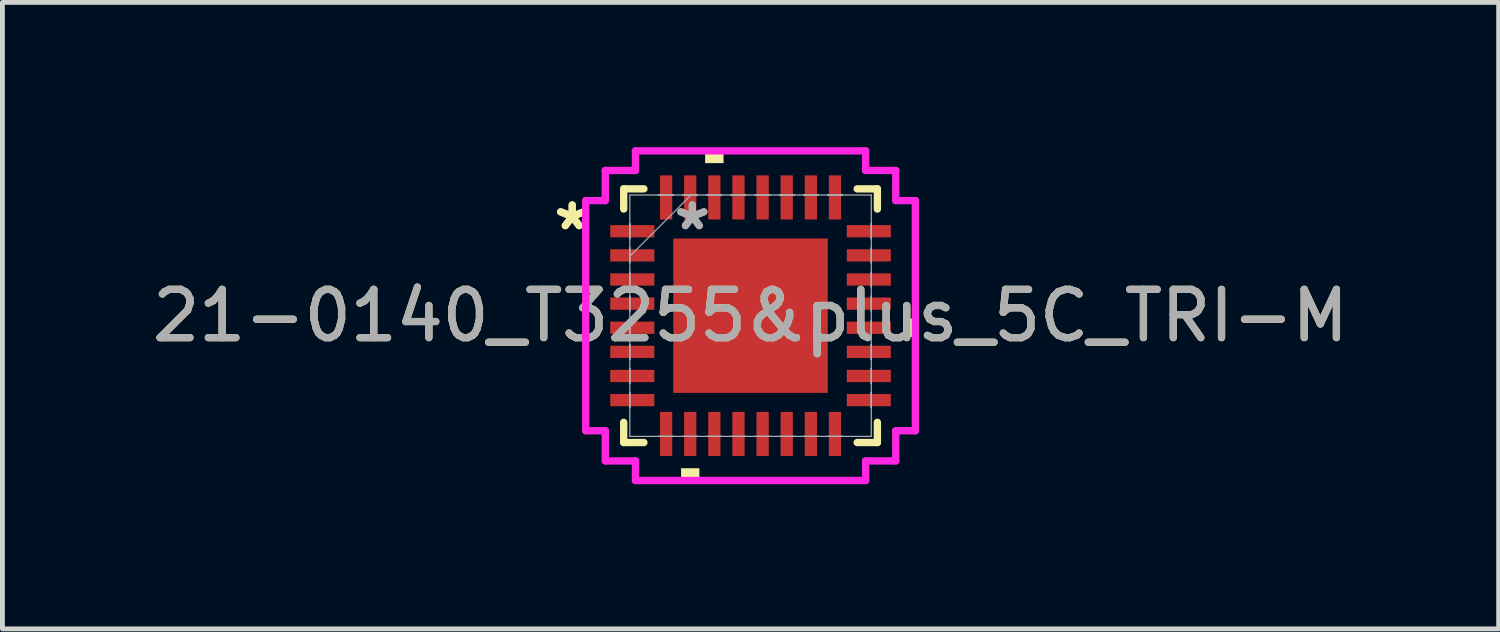
<source format=kicad_pcb>
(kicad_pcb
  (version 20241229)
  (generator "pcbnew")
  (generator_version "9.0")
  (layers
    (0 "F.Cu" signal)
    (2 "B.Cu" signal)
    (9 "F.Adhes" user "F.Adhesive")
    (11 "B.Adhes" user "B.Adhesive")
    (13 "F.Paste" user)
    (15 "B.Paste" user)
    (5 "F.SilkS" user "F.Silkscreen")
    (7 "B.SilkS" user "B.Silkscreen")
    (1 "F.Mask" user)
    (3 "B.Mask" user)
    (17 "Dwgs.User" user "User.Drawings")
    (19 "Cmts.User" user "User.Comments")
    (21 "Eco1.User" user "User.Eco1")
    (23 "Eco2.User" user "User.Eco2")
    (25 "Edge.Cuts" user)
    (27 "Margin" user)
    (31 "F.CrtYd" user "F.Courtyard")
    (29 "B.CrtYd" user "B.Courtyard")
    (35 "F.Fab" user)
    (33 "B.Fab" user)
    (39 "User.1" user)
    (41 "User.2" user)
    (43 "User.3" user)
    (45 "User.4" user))
  (footprint "21-0140_T3255&plus_5C_TRI-M"
    (layer "F.Cu")
    (at 12.506 3.493)
    (property "Reference" "21-0140_T3255&plus_5C_TRI-M" (at 0 0 0) (unlocked yes) (layer "F.SilkS") (effects (font (size 1 1) (thickness 0.15))))
    (attr smd)
    (fp_line (start -2.629 -2.629) (end -2.629 -2.21) (stroke (width 0.152) (type solid)) (layer "F.SilkS"))
    (fp_line (start -2.629 2.21) (end -2.629 2.629) (stroke (width 0.152) (type solid)) (layer "F.SilkS"))
    (fp_line (start -2.629 2.629) (end -2.21 2.629) (stroke (width 0.152) (type solid)) (layer "F.SilkS"))
    (fp_line (start -2.21 -2.629) (end -2.629 -2.629) (stroke (width 0.152) (type solid)) (layer "F.SilkS"))
    (fp_line (start 2.21 2.629) (end 2.629 2.629) (stroke (width 0.152) (type solid)) (layer "F.SilkS"))
    (fp_line (start 2.629 -2.629) (end 2.21 -2.629) (stroke (width 0.152) (type solid)) (layer "F.SilkS"))
    (fp_line (start 2.629 -2.21) (end 2.629 -2.629) (stroke (width 0.152) (type solid)) (layer "F.SilkS"))
    (fp_line (start 2.629 2.629) (end 2.629 2.21) (stroke (width 0.152) (type solid)) (layer "F.SilkS"))
    (fp_poly (pts (xy -1.44 3.162) (xy -1.44 3.416) (xy -1.06 3.416) (xy -1.06 3.162)) (stroke (width 0) (type solid)) (fill yes) (layer "F.SilkS"))
    (fp_poly (pts (xy -0.941 -3.162) (xy -0.941 -3.416) (xy -0.56 -3.416) (xy -0.56 -3.162)) (stroke (width 0) (type solid)) (fill yes) (layer "F.SilkS"))
    (fp_poly (pts (xy 3.416 0.059) (xy 3.416 0.441) (xy 3.162 0.441) (xy 3.162 0.059)) (stroke (width 0) (type solid)) (fill yes) (layer "F.SilkS"))
    (fp_line (start -3.416 -2.385) (end -3.01 -2.385) (stroke (width 0.152) (type solid)) (layer "F.CrtYd"))
    (fp_line (start -3.416 2.385) (end -3.416 -2.385) (stroke (width 0.152) (type solid)) (layer "F.CrtYd"))
    (fp_line (start -3.01 -3.01) (end -2.385 -3.01) (stroke (width 0.152) (type solid)) (layer "F.CrtYd"))
    (fp_line (start -3.01 -2.385) (end -3.01 -3.01) (stroke (width 0.152) (type solid)) (layer "F.CrtYd"))
    (fp_line (start -3.01 2.385) (end -3.416 2.385) (stroke (width 0.152) (type solid)) (layer "F.CrtYd"))
    (fp_line (start -3.01 3.01) (end -3.01 2.385) (stroke (width 0.152) (type solid)) (layer "F.CrtYd"))
    (fp_line (start -2.385 -3.416) (end 2.385 -3.416) (stroke (width 0.152) (type solid)) (layer "F.CrtYd"))
    (fp_line (start -2.385 -3.01) (end -2.385 -3.416) (stroke (width 0.152) (type solid)) (layer "F.CrtYd"))
    (fp_line (start -2.385 3.01) (end -3.01 3.01) (stroke (width 0.152) (type solid)) (layer "F.CrtYd"))
    (fp_line (start -2.385 3.416) (end -2.385 3.01) (stroke (width 0.152) (type solid)) (layer "F.CrtYd"))
    (fp_line (start 2.385 -3.416) (end 2.385 -3.01) (stroke (width 0.152) (type solid)) (layer "F.CrtYd"))
    (fp_line (start 2.385 -3.01) (end 3.01 -3.01) (stroke (width 0.152) (type solid)) (layer "F.CrtYd"))
    (fp_line (start 2.385 3.01) (end 2.385 3.416) (stroke (width 0.152) (type solid)) (layer "F.CrtYd"))
    (fp_line (start 2.385 3.416) (end -2.385 3.416) (stroke (width 0.152) (type solid)) (layer "F.CrtYd"))
    (fp_line (start 3.01 -3.01) (end 3.01 -2.385) (stroke (width 0.152) (type solid)) (layer "F.CrtYd"))
    (fp_line (start 3.01 -2.385) (end 3.416 -2.385) (stroke (width 0.152) (type solid)) (layer "F.CrtYd"))
    (fp_line (start 3.01 2.385) (end 3.01 3.01) (stroke (width 0.152) (type solid)) (layer "F.CrtYd"))
    (fp_line (start 3.01 3.01) (end 2.385 3.01) (stroke (width 0.152) (type solid)) (layer "F.CrtYd"))
    (fp_line (start 3.416 -2.385) (end 3.416 2.385) (stroke (width 0.152) (type solid)) (layer "F.CrtYd"))
    (fp_line (start 3.416 2.385) (end 3.01 2.385) (stroke (width 0.152) (type solid)) (layer "F.CrtYd"))
    (fp_line (start -2.502 -2.502) (end -2.502 2.502) (stroke (width 0.025) (type solid)) (layer "F.Fab"))
    (fp_line (start -2.502 -1.902) (end -2.502 -1.902) (stroke (width 0.025) (type solid)) (layer "F.Fab"))
    (fp_line (start -2.502 -1.902) (end -2.502 -1.598) (stroke (width 0.025) (type solid)) (layer "F.Fab"))
    (fp_line (start -2.502 -1.598) (end -2.502 -1.902) (stroke (width 0.025) (type solid)) (layer "F.Fab"))
    (fp_line (start -2.502 -1.598) (end -2.502 -1.598) (stroke (width 0.025) (type solid)) (layer "F.Fab"))
    (fp_line (start -2.502 -1.402) (end -2.502 -1.402) (stroke (width 0.025) (type solid)) (layer "F.Fab"))
    (fp_line (start -2.502 -1.402) (end -2.502 -1.098) (stroke (width 0.025) (type solid)) (layer "F.Fab"))
    (fp_line (start -2.502 -1.232) (end -1.232 -2.502) (stroke (width 0.025) (type solid)) (layer "F.Fab"))
    (fp_line (start -2.502 -1.098) (end -2.502 -1.402) (stroke (width 0.025) (type solid)) (layer "F.Fab"))
    (fp_line (start -2.502 -1.098) (end -2.502 -1.098) (stroke (width 0.025) (type solid)) (layer "F.Fab"))
    (fp_line (start -2.502 -0.902) (end -2.502 -0.902) (stroke (width 0.025) (type solid)) (layer "F.Fab"))
    (fp_line (start -2.502 -0.902) (end -2.502 -0.598) (stroke (width 0.025) (type solid)) (layer "F.Fab"))
    (fp_line (start -2.502 -0.598) (end -2.502 -0.902) (stroke (width 0.025) (type solid)) (layer "F.Fab"))
    (fp_line (start -2.502 -0.598) (end -2.502 -0.598) (stroke (width 0.025) (type solid)) (layer "F.Fab"))
    (fp_line (start -2.502 -0.402) (end -2.502 -0.402) (stroke (width 0.025) (type solid)) (layer "F.Fab"))
    (fp_line (start -2.502 -0.402) (end -2.502 -0.098) (stroke (width 0.025) (type solid)) (layer "F.Fab"))
    (fp_line (start -2.502 -0.098) (end -2.502 -0.402) (stroke (width 0.025) (type solid)) (layer "F.Fab"))
    (fp_line (start -2.502 -0.098) (end -2.502 -0.098) (stroke (width 0.025) (type solid)) (layer "F.Fab"))
    (fp_line (start -2.502 0.098) (end -2.502 0.098) (stroke (width 0.025) (type solid)) (layer "F.Fab"))
    (fp_line (start -2.502 0.098) (end -2.502 0.402) (stroke (width 0.025) (type solid)) (layer "F.Fab"))
    (fp_line (start -2.502 0.402) (end -2.502 0.098) (stroke (width 0.025) (type solid)) (layer "F.Fab"))
    (fp_line (start -2.502 0.402) (end -2.502 0.402) (stroke (width 0.025) (type solid)) (layer "F.Fab"))
    (fp_line (start -2.502 0.598) (end -2.502 0.598) (stroke (width 0.025) (type solid)) (layer "F.Fab"))
    (fp_line (start -2.502 0.598) (end -2.502 0.902) (stroke (width 0.025) (type solid)) (layer "F.Fab"))
    (fp_line (start -2.502 0.902) (end -2.502 0.598) (stroke (width 0.025) (type solid)) (layer "F.Fab"))
    (fp_line (start -2.502 0.902) (end -2.502 0.902) (stroke (width 0.025) (type solid)) (layer "F.Fab"))
    (fp_line (start -2.502 1.098) (end -2.502 1.098) (stroke (width 0.025) (type solid)) (layer "F.Fab"))
    (fp_line (start -2.502 1.098) (end -2.502 1.402) (stroke (width 0.025) (type solid)) (layer "F.Fab"))
    (fp_line (start -2.502 1.402) (end -2.502 1.098) (stroke (width 0.025) (type solid)) (layer "F.Fab"))
    (fp_line (start -2.502 1.402) (end -2.502 1.402) (stroke (width 0.025) (type solid)) (layer "F.Fab"))
    (fp_line (start -2.502 1.598) (end -2.502 1.598) (stroke (width 0.025) (type solid)) (layer "F.Fab"))
    (fp_line (start -2.502 1.598) (end -2.502 1.902) (stroke (width 0.025) (type solid)) (layer "F.Fab"))
    (fp_line (start -2.502 1.902) (end -2.502 1.598) (stroke (width 0.025) (type solid)) (layer "F.Fab"))
    (fp_line (start -2.502 1.902) (end -2.502 1.902) (stroke (width 0.025) (type solid)) (layer "F.Fab"))
    (fp_line (start -2.502 2.502) (end 2.502 2.502) (stroke (width 0.025) (type solid)) (layer "F.Fab"))
    (fp_line (start -1.902 -2.502) (end -1.902 -2.502) (stroke (width 0.025) (type solid)) (layer "F.Fab"))
    (fp_line (start -1.902 -2.502) (end -1.598 -2.502) (stroke (width 0.025) (type solid)) (layer "F.Fab"))
    (fp_line (start -1.902 2.502) (end -1.902 2.502) (stroke (width 0.025) (type solid)) (layer "F.Fab"))
    (fp_line (start -1.902 2.502) (end -1.598 2.502) (stroke (width 0.025) (type solid)) (layer "F.Fab"))
    (fp_line (start -1.598 -2.502) (end -1.902 -2.502) (stroke (width 0.025) (type solid)) (layer "F.Fab"))
    (fp_line (start -1.598 -2.502) (end -1.598 -2.502) (stroke (width 0.025) (type solid)) (layer "F.Fab"))
    (fp_line (start -1.598 2.502) (end -1.902 2.502) (stroke (width 0.025) (type solid)) (layer "F.Fab"))
    (fp_line (start -1.598 2.502) (end -1.598 2.502) (stroke (width 0.025) (type solid)) (layer "F.Fab"))
    (fp_line (start -1.402 -2.502) (end -1.402 -2.502) (stroke (width 0.025) (type solid)) (layer "F.Fab"))
    (fp_line (start -1.402 -2.502) (end -1.098 -2.502) (stroke (width 0.025) (type solid)) (layer "F.Fab"))
    (fp_line (start -1.402 2.502) (end -1.402 2.502) (stroke (width 0.025) (type solid)) (layer "F.Fab"))
    (fp_line (start -1.402 2.502) (end -1.098 2.502) (stroke (width 0.025) (type solid)) (layer "F.Fab"))
    (fp_line (start -1.098 -2.502) (end -1.402 -2.502) (stroke (width 0.025) (type solid)) (layer "F.Fab"))
    (fp_line (start -1.098 -2.502) (end -1.098 -2.502) (stroke (width 0.025) (type solid)) (layer "F.Fab"))
    (fp_line (start -1.098 2.502) (end -1.402 2.502) (stroke (width 0.025) (type solid)) (layer "F.Fab"))
    (fp_line (start -1.098 2.502) (end -1.098 2.502) (stroke (width 0.025) (type solid)) (layer "F.Fab"))
    (fp_line (start -0.902 -2.502) (end -0.902 -2.502) (stroke (width 0.025) (type solid)) (layer "F.Fab"))
    (fp_line (start -0.902 -2.502) (end -0.598 -2.502) (stroke (width 0.025) (type solid)) (layer "F.Fab"))
    (fp_line (start -0.902 2.502) (end -0.902 2.502) (stroke (width 0.025) (type solid)) (layer "F.Fab"))
    (fp_line (start -0.902 2.502) (end -0.598 2.502) (stroke (width 0.025) (type solid)) (layer "F.Fab"))
    (fp_line (start -0.598 -2.502) (end -0.902 -2.502) (stroke (width 0.025) (type solid)) (layer "F.Fab"))
    (fp_line (start -0.598 -2.502) (end -0.598 -2.502) (stroke (width 0.025) (type solid)) (layer "F.Fab"))
    (fp_line (start -0.598 2.502) (end -0.902 2.502) (stroke (width 0.025) (type solid)) (layer "F.Fab"))
    (fp_line (start -0.598 2.502) (end -0.598 2.502) (stroke (width 0.025) (type solid)) (layer "F.Fab"))
    (fp_line (start -0.402 -2.502) (end -0.402 -2.502) (stroke (width 0.025) (type solid)) (layer "F.Fab"))
    (fp_line (start -0.402 -2.502) (end -0.098 -2.502) (stroke (width 0.025) (type solid)) (layer "F.Fab"))
    (fp_line (start -0.402 2.502) (end -0.402 2.502) (stroke (width 0.025) (type solid)) (layer "F.Fab"))
    (fp_line (start -0.402 2.502) (end -0.098 2.502) (stroke (width 0.025) (type solid)) (layer "F.Fab"))
    (fp_line (start -0.098 -2.502) (end -0.402 -2.502) (stroke (width 0.025) (type solid)) (layer "F.Fab"))
    (fp_line (start -0.098 -2.502) (end -0.098 -2.502) (stroke (width 0.025) (type solid)) (layer "F.Fab"))
    (fp_line (start -0.098 2.502) (end -0.402 2.502) (stroke (width 0.025) (type solid)) (layer "F.Fab"))
    (fp_line (start -0.098 2.502) (end -0.098 2.502) (stroke (width 0.025) (type solid)) (layer "F.Fab"))
    (fp_line (start 0.098 -2.502) (end 0.098 -2.502) (stroke (width 0.025) (type solid)) (layer "F.Fab"))
    (fp_line (start 0.098 -2.502) (end 0.402 -2.502) (stroke (width 0.025) (type solid)) (layer "F.Fab"))
    (fp_line (start 0.098 2.502) (end 0.098 2.502) (stroke (width 0.025) (type solid)) (layer "F.Fab"))
    (fp_line (start 0.098 2.502) (end 0.402 2.502) (stroke (width 0.025) (type solid)) (layer "F.Fab"))
    (fp_line (start 0.402 -2.502) (end 0.098 -2.502) (stroke (width 0.025) (type solid)) (layer "F.Fab"))
    (fp_line (start 0.402 -2.502) (end 0.402 -2.502) (stroke (width 0.025) (type solid)) (layer "F.Fab"))
    (fp_line (start 0.402 2.502) (end 0.098 2.502) (stroke (width 0.025) (type solid)) (layer "F.Fab"))
    (fp_line (start 0.402 2.502) (end 0.402 2.502) (stroke (width 0.025) (type solid)) (layer "F.Fab"))
    (fp_line (start 0.598 -2.502) (end 0.598 -2.502) (stroke (width 0.025) (type solid)) (layer "F.Fab"))
    (fp_line (start 0.598 -2.502) (end 0.902 -2.502) (stroke (width 0.025) (type solid)) (layer "F.Fab"))
    (fp_line (start 0.598 2.502) (end 0.598 2.502) (stroke (width 0.025) (type solid)) (layer "F.Fab"))
    (fp_line (start 0.598 2.502) (end 0.902 2.502) (stroke (width 0.025) (type solid)) (layer "F.Fab"))
    (fp_line (start 0.902 -2.502) (end 0.598 -2.502) (stroke (width 0.025) (type solid)) (layer "F.Fab"))
    (fp_line (start 0.902 -2.502) (end 0.902 -2.502) (stroke (width 0.025) (type solid)) (layer "F.Fab"))
    (fp_line (start 0.902 2.502) (end 0.598 2.502) (stroke (width 0.025) (type solid)) (layer "F.Fab"))
    (fp_line (start 0.902 2.502) (end 0.902 2.502) (stroke (width 0.025) (type solid)) (layer "F.Fab"))
    (fp_line (start 1.098 -2.502) (end 1.098 -2.502) (stroke (width 0.025) (type solid)) (layer "F.Fab"))
    (fp_line (start 1.098 -2.502) (end 1.402 -2.502) (stroke (width 0.025) (type solid)) (layer "F.Fab"))
    (fp_line (start 1.098 2.502) (end 1.098 2.502) (stroke (width 0.025) (type solid)) (layer "F.Fab"))
    (fp_line (start 1.098 2.502) (end 1.402 2.502) (stroke (width 0.025) (type solid)) (layer "F.Fab"))
    (fp_line (start 1.402 -2.502) (end 1.098 -2.502) (stroke (width 0.025) (type solid)) (layer "F.Fab"))
    (fp_line (start 1.402 -2.502) (end 1.402 -2.502) (stroke (width 0.025) (type solid)) (layer "F.Fab"))
    (fp_line (start 1.402 2.502) (end 1.098 2.502) (stroke (width 0.025) (type solid)) (layer "F.Fab"))
    (fp_line (start 1.402 2.502) (end 1.402 2.502) (stroke (width 0.025) (type solid)) (layer "F.Fab"))
    (fp_line (start 1.598 -2.502) (end 1.598 -2.502) (stroke (width 0.025) (type solid)) (layer "F.Fab"))
    (fp_line (start 1.598 -2.502) (end 1.902 -2.502) (stroke (width 0.025) (type solid)) (layer "F.Fab"))
    (fp_line (start 1.598 2.502) (end 1.598 2.502) (stroke (width 0.025) (type solid)) (layer "F.Fab"))
    (fp_line (start 1.598 2.502) (end 1.902 2.502) (stroke (width 0.025) (type solid)) (layer "F.Fab"))
    (fp_line (start 1.902 -2.502) (end 1.598 -2.502) (stroke (width 0.025) (type solid)) (layer "F.Fab"))
    (fp_line (start 1.902 -2.502) (end 1.902 -2.502) (stroke (width 0.025) (type solid)) (layer "F.Fab"))
    (fp_line (start 1.902 2.502) (end 1.598 2.502) (stroke (width 0.025) (type solid)) (layer "F.Fab"))
    (fp_line (start 1.902 2.502) (end 1.902 2.502) (stroke (width 0.025) (type solid)) (layer "F.Fab"))
    (fp_line (start 2.502 -2.502) (end -2.502 -2.502) (stroke (width 0.025) (type solid)) (layer "F.Fab"))
    (fp_line (start 2.502 -1.902) (end 2.502 -1.902) (stroke (width 0.025) (type solid)) (layer "F.Fab"))
    (fp_line (start 2.502 -1.902) (end 2.502 -1.598) (stroke (width 0.025) (type solid)) (layer "F.Fab"))
    (fp_line (start 2.502 -1.598) (end 2.502 -1.902) (stroke (width 0.025) (type solid)) (layer "F.Fab"))
    (fp_line (start 2.502 -1.598) (end 2.502 -1.598) (stroke (width 0.025) (type solid)) (layer "F.Fab"))
    (fp_line (start 2.502 -1.402) (end 2.502 -1.402) (stroke (width 0.025) (type solid)) (layer "F.Fab"))
    (fp_line (start 2.502 -1.402) (end 2.502 -1.098) (stroke (width 0.025) (type solid)) (layer "F.Fab"))
    (fp_line (start 2.502 -1.098) (end 2.502 -1.402) (stroke (width 0.025) (type solid)) (layer "F.Fab"))
    (fp_line (start 2.502 -1.098) (end 2.502 -1.098) (stroke (width 0.025) (type solid)) (layer "F.Fab"))
    (fp_line (start 2.502 -0.902) (end 2.502 -0.902) (stroke (width 0.025) (type solid)) (layer "F.Fab"))
    (fp_line (start 2.502 -0.902) (end 2.502 -0.598) (stroke (width 0.025) (type solid)) (layer "F.Fab"))
    (fp_line (start 2.502 -0.598) (end 2.502 -0.902) (stroke (width 0.025) (type solid)) (layer "F.Fab"))
    (fp_line (start 2.502 -0.598) (end 2.502 -0.598) (stroke (width 0.025) (type solid)) (layer "F.Fab"))
    (fp_line (start 2.502 -0.402) (end 2.502 -0.402) (stroke (width 0.025) (type solid)) (layer "F.Fab"))
    (fp_line (start 2.502 -0.402) (end 2.502 -0.098) (stroke (width 0.025) (type solid)) (layer "F.Fab"))
    (fp_line (start 2.502 -0.098) (end 2.502 -0.402) (stroke (width 0.025) (type solid)) (layer "F.Fab"))
    (fp_line (start 2.502 -0.098) (end 2.502 -0.098) (stroke (width 0.025) (type solid)) (layer "F.Fab"))
    (fp_line (start 2.502 0.098) (end 2.502 0.098) (stroke (width 0.025) (type solid)) (layer "F.Fab"))
    (fp_line (start 2.502 0.098) (end 2.502 0.402) (stroke (width 0.025) (type solid)) (layer "F.Fab"))
    (fp_line (start 2.502 0.402) (end 2.502 0.098) (stroke (width 0.025) (type solid)) (layer "F.Fab"))
    (fp_line (start 2.502 0.402) (end 2.502 0.402) (stroke (width 0.025) (type solid)) (layer "F.Fab"))
    (fp_line (start 2.502 0.598) (end 2.502 0.598) (stroke (width 0.025) (type solid)) (layer "F.Fab"))
    (fp_line (start 2.502 0.598) (end 2.502 0.902) (stroke (width 0.025) (type solid)) (layer "F.Fab"))
    (fp_line (start 2.502 0.902) (end 2.502 0.598) (stroke (width 0.025) (type solid)) (layer "F.Fab"))
    (fp_line (start 2.502 0.902) (end 2.502 0.902) (stroke (width 0.025) (type solid)) (layer "F.Fab"))
    (fp_line (start 2.502 1.098) (end 2.502 1.098) (stroke (width 0.025) (type solid)) (layer "F.Fab"))
    (fp_line (start 2.502 1.098) (end 2.502 1.402) (stroke (width 0.025) (type solid)) (layer "F.Fab"))
    (fp_line (start 2.502 1.402) (end 2.502 1.098) (stroke (width 0.025) (type solid)) (layer "F.Fab"))
    (fp_line (start 2.502 1.402) (end 2.502 1.402) (stroke (width 0.025) (type solid)) (layer "F.Fab"))
    (fp_line (start 2.502 1.598) (end 2.502 1.598) (stroke (width 0.025) (type solid)) (layer "F.Fab"))
    (fp_line (start 2.502 1.598) (end 2.502 1.902) (stroke (width 0.025) (type solid)) (layer "F.Fab"))
    (fp_line (start 2.502 1.902) (end 2.502 1.598) (stroke (width 0.025) (type solid)) (layer "F.Fab"))
    (fp_line (start 2.502 1.902) (end 2.502 1.902) (stroke (width 0.025) (type solid)) (layer "F.Fab"))
    (fp_line (start 2.502 2.502) (end 2.502 -2.502) (stroke (width 0.025) (type solid)) (layer "F.Fab"))
    (fp_text user "*" (at -3.696 -1.75 0) (unlocked yes) (layer "F.SilkS") (effects (font (size 1 1) (thickness 0.15))))
    (fp_text user "*" (at -3.696 -1.75 0) (layer "F.SilkS") (effects (font (size 1 1) (thickness 0.15))))
    (fp_text user "${REFERENCE}" (at 0 0 0) (unlocked yes) (layer "F.Fab") (effects (font (size 1 1) (thickness 0.15))))
    (fp_text user "*" (at -1.206 -1.75 0) (layer "F.Fab") (effects (font (size 1 1) (thickness 0.15))))
    (fp_text user "*" (at -1.206 -1.75 0) (unlocked yes) (layer "F.Fab") (effects (font (size 1 1) (thickness 0.15))))
    (pad "1" smd rect (at -2.451 -1.75 90) (size 0.254 0.914) (layers "F.Cu" "F.Mask" "F.Paste"))
    (pad "2" smd rect (at -2.451 -1.25 90) (size 0.254 0.914) (layers "F.Cu" "F.Mask" "F.Paste"))
    (pad "3" smd rect (at -2.451 -0.75 90) (size 0.254 0.914) (layers "F.Cu" "F.Mask" "F.Paste"))
    (pad "4" smd rect (at -2.451 -0.25 90) (size 0.254 0.914) (layers "F.Cu" "F.Mask" "F.Paste"))
    (pad "5" smd rect (at -2.451 0.25 90) (size 0.254 0.914) (layers "F.Cu" "F.Mask" "F.Paste"))
    (pad "6" smd rect (at -2.451 0.75 90) (size 0.254 0.914) (layers "F.Cu" "F.Mask" "F.Paste"))
    (pad "7" smd rect (at -2.451 1.25 90) (size 0.254 0.914) (layers "F.Cu" "F.Mask" "F.Paste"))
    (pad "8" smd rect (at -2.451 1.75 90) (size 0.254 0.914) (layers "F.Cu" "F.Mask" "F.Paste"))
    (pad "9" smd rect (at -1.75 2.451) (size 0.254 0.914) (layers "F.Cu" "F.Mask" "F.Paste"))
    (pad "10" smd rect (at -1.25 2.451) (size 0.254 0.914) (layers "F.Cu" "F.Mask" "F.Paste"))
    (pad "11" smd rect (at -0.75 2.451) (size 0.254 0.914) (layers "F.Cu" "F.Mask" "F.Paste"))
    (pad "12" smd rect (at -0.25 2.451) (size 0.254 0.914) (layers "F.Cu" "F.Mask" "F.Paste"))
    (pad "13" smd rect (at 0.25 2.451) (size 0.254 0.914) (layers "F.Cu" "F.Mask" "F.Paste"))
    (pad "14" smd rect (at 0.75 2.451) (size 0.254 0.914) (layers "F.Cu" "F.Mask" "F.Paste"))
    (pad "15" smd rect (at 1.25 2.451) (size 0.254 0.914) (layers "F.Cu" "F.Mask" "F.Paste"))
    (pad "16" smd rect (at 1.75 2.451) (size 0.254 0.914) (layers "F.Cu" "F.Mask" "F.Paste"))
    (pad "17" smd rect (at 2.451 1.75 90) (size 0.254 0.914) (layers "F.Cu" "F.Mask" "F.Paste"))
    (pad "18" smd rect (at 2.451 1.25 90) (size 0.254 0.914) (layers "F.Cu" "F.Mask" "F.Paste"))
    (pad "19" smd rect (at 2.451 0.75 90) (size 0.254 0.914) (layers "F.Cu" "F.Mask" "F.Paste"))
    (pad "20" smd rect (at 2.451 0.25 90) (size 0.254 0.914) (layers "F.Cu" "F.Mask" "F.Paste"))
    (pad "21" smd rect (at 2.451 -0.25 90) (size 0.254 0.914) (layers "F.Cu" "F.Mask" "F.Paste"))
    (pad "22" smd rect (at 2.451 -0.75 90) (size 0.254 0.914) (layers "F.Cu" "F.Mask" "F.Paste"))
    (pad "23" smd rect (at 2.451 -1.25 90) (size 0.254 0.914) (layers "F.Cu" "F.Mask" "F.Paste"))
    (pad "24" smd rect (at 2.451 -1.75 90) (size 0.254 0.914) (layers "F.Cu" "F.Mask" "F.Paste"))
    (pad "25" smd rect (at 1.75 -2.451) (size 0.254 0.914) (layers "F.Cu" "F.Mask" "F.Paste"))
    (pad "26" smd rect (at 1.25 -2.451) (size 0.254 0.914) (layers "F.Cu" "F.Mask" "F.Paste"))
    (pad "27" smd rect (at 0.75 -2.451) (size 0.254 0.914) (layers "F.Cu" "F.Mask" "F.Paste"))
    (pad "28" smd rect (at 0.25 -2.451) (size 0.254 0.914) (layers "F.Cu" "F.Mask" "F.Paste"))
    (pad "29" smd rect (at -0.25 -2.451) (size 0.254 0.914) (layers "F.Cu" "F.Mask" "F.Paste"))
    (pad "30" smd rect (at -0.75 -2.451) (size 0.254 0.914) (layers "F.Cu" "F.Mask" "F.Paste"))
    (pad "31" smd rect (at -1.25 -2.451) (size 0.254 0.914) (layers "F.Cu" "F.Mask" "F.Paste"))
    (pad "32" smd rect (at -1.75 -2.451) (size 0.254 0.914) (layers "F.Cu" "F.Mask" "F.Paste"))
    (pad "33" smd rect (at 0 0) (size 3.2 3.2) (layers "F.Cu" "F.Mask" "F.Paste")))
  (gr_rect
    (start -3 -3)
    (end 28.012 9.985)
    (stroke (width 0.1) (type default))
    (fill no)
    (layer "Edge.Cuts")))
</source>
